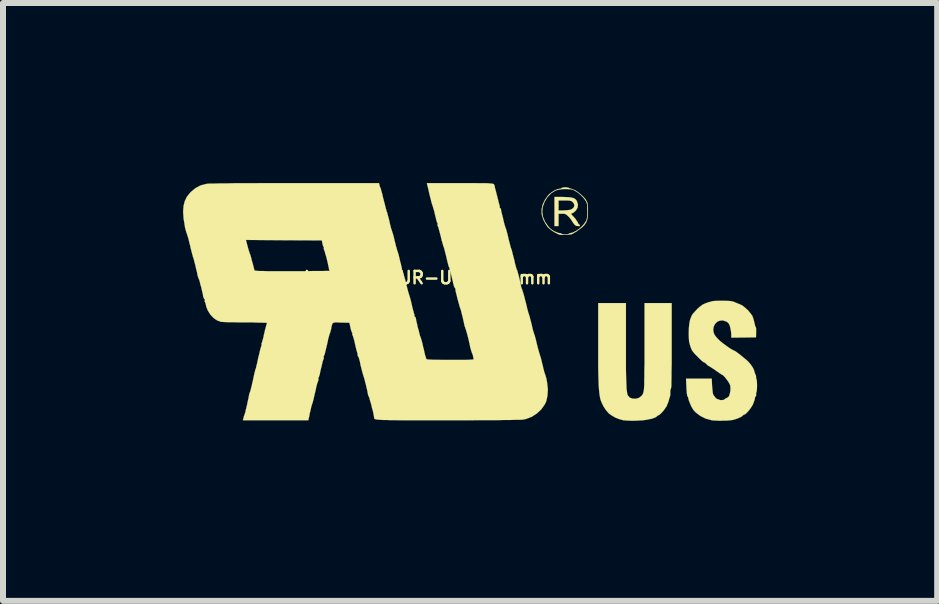
<source format=kicad_pcb>
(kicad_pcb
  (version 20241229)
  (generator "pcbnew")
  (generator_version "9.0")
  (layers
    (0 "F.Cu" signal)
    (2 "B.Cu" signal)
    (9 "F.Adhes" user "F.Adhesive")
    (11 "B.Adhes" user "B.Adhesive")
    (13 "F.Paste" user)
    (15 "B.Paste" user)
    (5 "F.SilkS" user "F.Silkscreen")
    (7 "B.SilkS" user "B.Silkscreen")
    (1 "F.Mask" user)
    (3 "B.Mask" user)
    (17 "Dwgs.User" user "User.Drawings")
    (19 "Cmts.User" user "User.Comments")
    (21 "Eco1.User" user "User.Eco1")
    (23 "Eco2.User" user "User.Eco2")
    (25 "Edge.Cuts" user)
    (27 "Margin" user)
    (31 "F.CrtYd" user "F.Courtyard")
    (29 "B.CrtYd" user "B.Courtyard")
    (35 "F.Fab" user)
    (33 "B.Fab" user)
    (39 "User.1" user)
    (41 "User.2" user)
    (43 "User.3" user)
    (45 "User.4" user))
  (footprint "Logo_silk_UR-US_10x4mm"
    (layer "F.Cu")
    (at 4.779 1.977)
    (property "Reference" "Logo_silk_UR-US_10x4mm" (at -0.7 -0.4 0) (layer "F.SilkS") (effects (font (size 0.206 0.206) (thickness 0.041))))
    (attr exclude_from_pos_files exclude_from_bom)
    (fp_poly (pts (xy 1.836 -1.27) (xy 1.829 -1.26) (xy 1.806 -1.26) (xy 1.778 -1.262) (xy 1.753 -1.275) (xy 1.748 -1.28) (xy 1.727 -1.306) (xy 1.709 -1.333) (xy 1.692 -1.361) (xy 1.664 -1.397) (xy 1.646 -1.417) (xy 1.615 -1.445) (xy 1.593 -1.46) (xy 1.567 -1.466) (xy 1.539 -1.466) (xy 1.478 -1.466) (xy 1.478 -1.364) (xy 1.478 -1.26) (xy 1.443 -1.26) (xy 1.41 -1.26) (xy 1.41 -1.501) (xy 1.41 -1.745) (xy 1.549 -1.745) (xy 1.626 -1.742) (xy 1.684 -1.737) (xy 1.727 -1.727) (xy 1.758 -1.709) (xy 1.778 -1.687) (xy 1.783 -1.676) (xy 1.801 -1.621) (xy 1.796 -1.57) (xy 1.768 -1.521) (xy 1.742 -1.496) (xy 1.742 -1.598) (xy 1.735 -1.631) (xy 1.717 -1.656) (xy 1.702 -1.671) (xy 1.684 -1.679) (xy 1.661 -1.684) (xy 1.626 -1.687) (xy 1.582 -1.687) (xy 1.478 -1.687) (xy 1.478 -1.603) (xy 1.478 -1.519) (xy 1.57 -1.521) (xy 1.618 -1.524) (xy 1.659 -1.529) (xy 1.687 -1.537) (xy 1.689 -1.537) (xy 1.727 -1.565) (xy 1.742 -1.598) (xy 1.742 -1.496) (xy 1.74 -1.494) (xy 1.712 -1.476) (xy 1.704 -1.473) (xy 1.692 -1.471) (xy 1.689 -1.463) (xy 1.697 -1.448) (xy 1.722 -1.422) (xy 1.727 -1.417) (xy 1.758 -1.382) (xy 1.783 -1.344) (xy 1.796 -1.326) (xy 1.808 -1.298) (xy 1.824 -1.283) (xy 1.826 -1.283) (xy 1.836 -1.273) (xy 1.836 -1.27)) (stroke (width 0.003) (type solid)) (fill yes) (layer "F.SilkS"))
    (fp_poly (pts (xy 3.363 0.732) (xy 3.363 0.897) (xy 3.363 1.039) (xy 3.36 1.158) (xy 3.36 1.257) (xy 3.358 1.333) (xy 3.358 1.392) (xy 3.355 1.43) (xy 3.35 1.448) (xy 3.35 1.45) (xy 3.343 1.466) (xy 3.34 1.494) (xy 3.34 1.506) (xy 3.34 1.539) (xy 3.338 1.567) (xy 3.338 1.572) (xy 3.33 1.59) (xy 3.32 1.626) (xy 3.31 1.664) (xy 3.277 1.745) (xy 3.223 1.821) (xy 3.18 1.867) (xy 3.157 1.885) (xy 3.139 1.895) (xy 3.124 1.902) (xy 3.114 1.913) (xy 3.099 1.925) (xy 3.066 1.938) (xy 3.023 1.953) (xy 3.015 1.953) (xy 2.957 1.966) (xy 2.883 1.976) (xy 2.799 1.981) (xy 2.713 1.984) (xy 2.634 1.981) (xy 2.568 1.976) (xy 2.56 1.976) (xy 2.494 1.958) (xy 2.428 1.933) (xy 2.365 1.897) (xy 2.316 1.862) (xy 2.273 1.814) (xy 2.23 1.75) (xy 2.197 1.684) (xy 2.177 1.631) (xy 2.169 1.595) (xy 2.162 1.554) (xy 2.156 1.506) (xy 2.151 1.448) (xy 2.146 1.379) (xy 2.144 1.298) (xy 2.141 1.204) (xy 2.139 1.092) (xy 2.139 0.963) (xy 2.139 0.813) (xy 2.139 0.665) (xy 2.139 0.023) (xy 2.37 0.023) (xy 2.601 0.023) (xy 2.601 0.701) (xy 2.601 0.864) (xy 2.601 1.006) (xy 2.601 1.128) (xy 2.603 1.232) (xy 2.606 1.318) (xy 2.609 1.387) (xy 2.611 1.445) (xy 2.616 1.488) (xy 2.621 1.524) (xy 2.626 1.547) (xy 2.634 1.565) (xy 2.637 1.567) (xy 2.667 1.6) (xy 2.713 1.615) (xy 2.761 1.618) (xy 2.812 1.605) (xy 2.852 1.577) (xy 2.855 1.575) (xy 2.875 1.552) (xy 2.888 1.524) (xy 2.898 1.483) (xy 2.901 1.46) (xy 2.903 1.435) (xy 2.906 1.387) (xy 2.906 1.321) (xy 2.908 1.24) (xy 2.908 1.146) (xy 2.911 1.039) (xy 2.911 0.922) (xy 2.911 0.8) (xy 2.911 0.701) (xy 2.911 0.023) (xy 3.137 0.023) (xy 3.363 0.023) (xy 3.363 0.732)) (stroke (width 0.003) (type solid)) (fill yes) (layer "F.SilkS"))
    (fp_poly (pts (xy 1.968 -1.511) (xy 1.966 -1.435) (xy 1.958 -1.372) (xy 1.958 -1.499) (xy 1.958 -1.506) (xy 1.956 -1.565) (xy 1.956 -1.605) (xy 1.951 -1.633) (xy 1.943 -1.656) (xy 1.93 -1.681) (xy 1.925 -1.687) (xy 1.892 -1.732) (xy 1.844 -1.781) (xy 1.791 -1.824) (xy 1.74 -1.854) (xy 1.732 -1.859) (xy 1.687 -1.872) (xy 1.626 -1.877) (xy 1.56 -1.877) (xy 1.494 -1.869) (xy 1.44 -1.857) (xy 1.427 -1.852) (xy 1.354 -1.806) (xy 1.293 -1.742) (xy 1.245 -1.664) (xy 1.214 -1.575) (xy 1.206 -1.496) (xy 1.219 -1.415) (xy 1.252 -1.333) (xy 1.303 -1.26) (xy 1.321 -1.237) (xy 1.356 -1.206) (xy 1.402 -1.176) (xy 1.448 -1.156) (xy 1.486 -1.143) (xy 1.494 -1.143) (xy 1.519 -1.138) (xy 1.532 -1.13) (xy 1.544 -1.125) (xy 1.575 -1.12) (xy 1.587 -1.12) (xy 1.621 -1.123) (xy 1.643 -1.128) (xy 1.646 -1.13) (xy 1.661 -1.14) (xy 1.679 -1.143) (xy 1.717 -1.153) (xy 1.763 -1.176) (xy 1.814 -1.209) (xy 1.862 -1.25) (xy 1.902 -1.295) (xy 1.925 -1.328) (xy 1.941 -1.354) (xy 1.948 -1.377) (xy 1.953 -1.405) (xy 1.956 -1.445) (xy 1.958 -1.499) (xy 1.958 -1.372) (xy 1.938 -1.321) (xy 1.908 -1.275) (xy 1.862 -1.232) (xy 1.798 -1.186) (xy 1.783 -1.173) (xy 1.74 -1.148) (xy 1.709 -1.13) (xy 1.679 -1.12) (xy 1.641 -1.118) (xy 1.615 -1.115) (xy 1.57 -1.113) (xy 1.529 -1.113) (xy 1.504 -1.115) (xy 1.501 -1.115) (xy 1.463 -1.13) (xy 1.412 -1.156) (xy 1.361 -1.189) (xy 1.318 -1.224) (xy 1.3 -1.24) (xy 1.26 -1.298) (xy 1.224 -1.367) (xy 1.201 -1.443) (xy 1.196 -1.468) (xy 1.196 -1.542) (xy 1.214 -1.621) (xy 1.25 -1.697) (xy 1.298 -1.765) (xy 1.318 -1.788) (xy 1.364 -1.824) (xy 1.412 -1.854) (xy 1.46 -1.875) (xy 1.499 -1.882) (xy 1.521 -1.887) (xy 1.532 -1.895) (xy 1.547 -1.902) (xy 1.577 -1.905) (xy 1.61 -1.905) (xy 1.641 -1.9) (xy 1.648 -1.895) (xy 1.674 -1.887) (xy 1.707 -1.875) (xy 1.714 -1.872) (xy 1.755 -1.857) (xy 1.801 -1.826) (xy 1.849 -1.788) (xy 1.895 -1.745) (xy 1.93 -1.704) (xy 1.943 -1.681) (xy 1.956 -1.656) (xy 1.963 -1.628) (xy 1.966 -1.59) (xy 1.968 -1.539) (xy 1.968 -1.511)) (stroke (width 0.003) (type solid)) (fill yes) (layer "F.SilkS"))
    (fp_poly (pts (xy 4.785 1.417) (xy 4.783 1.458) (xy 4.78 1.491) (xy 4.775 1.506) (xy 4.77 1.521) (xy 4.77 1.539) (xy 4.77 1.565) (xy 4.763 1.577) (xy 4.752 1.593) (xy 4.75 1.605) (xy 4.747 1.628) (xy 4.735 1.661) (xy 4.724 1.694) (xy 4.707 1.73) (xy 4.681 1.77) (xy 4.651 1.811) (xy 4.618 1.847) (xy 4.592 1.872) (xy 4.572 1.882) (xy 4.569 1.882) (xy 4.552 1.892) (xy 4.544 1.9) (xy 4.531 1.913) (xy 4.501 1.928) (xy 4.46 1.946) (xy 4.455 1.948) (xy 4.415 1.961) (xy 4.379 1.971) (xy 4.336 1.976) (xy 4.282 1.981) (xy 4.229 1.981) (xy 4.168 1.984) (xy 4.112 1.981) (xy 4.064 1.979) (xy 4.034 1.976) (xy 3.929 1.948) (xy 3.838 1.902) (xy 3.762 1.844) (xy 3.729 1.808) (xy 3.706 1.773) (xy 3.683 1.73) (xy 3.663 1.681) (xy 3.647 1.638) (xy 3.64 1.608) (xy 3.635 1.587) (xy 3.627 1.58) (xy 3.622 1.567) (xy 3.617 1.534) (xy 3.612 1.481) (xy 3.609 1.43) (xy 3.602 1.283) (xy 3.815 1.283) (xy 4.031 1.283) (xy 4.036 1.402) (xy 4.041 1.455) (xy 4.046 1.501) (xy 4.051 1.537) (xy 4.056 1.549) (xy 4.077 1.58) (xy 4.097 1.605) (xy 4.117 1.621) (xy 4.128 1.623) (xy 4.14 1.626) (xy 4.143 1.628) (xy 4.158 1.636) (xy 4.183 1.641) (xy 4.211 1.638) (xy 4.234 1.636) (xy 4.242 1.628) (xy 4.252 1.618) (xy 4.27 1.61) (xy 4.298 1.595) (xy 4.318 1.575) (xy 4.331 1.537) (xy 4.341 1.488) (xy 4.343 1.438) (xy 4.338 1.392) (xy 4.336 1.387) (xy 4.323 1.361) (xy 4.303 1.328) (xy 4.277 1.293) (xy 4.252 1.26) (xy 4.229 1.237) (xy 4.216 1.224) (xy 4.204 1.219) (xy 4.176 1.201) (xy 4.14 1.176) (xy 4.117 1.161) (xy 4.074 1.13) (xy 4.031 1.102) (xy 4 1.082) (xy 3.99 1.077) (xy 3.96 1.059) (xy 3.942 1.039) (xy 3.94 1.039) (xy 3.924 1.021) (xy 3.912 1.016) (xy 3.896 1.008) (xy 3.868 0.988) (xy 3.833 0.955) (xy 3.797 0.919) (xy 3.754 0.876) (xy 3.724 0.841) (xy 3.703 0.813) (xy 3.688 0.78) (xy 3.675 0.744) (xy 3.663 0.704) (xy 3.653 0.663) (xy 3.65 0.617) (xy 3.647 0.559) (xy 3.647 0.526) (xy 3.65 0.434) (xy 3.658 0.361) (xy 3.67 0.3) (xy 3.693 0.241) (xy 3.698 0.229) (xy 3.719 0.198) (xy 3.754 0.16) (xy 3.792 0.119) (xy 3.835 0.081) (xy 3.873 0.053) (xy 3.901 0.038) (xy 3.934 0.025) (xy 3.957 0.015) (xy 3.983 0.008) (xy 3.993 0.005) (xy 4.013 0) (xy 4.028 -0.005) (xy 4.049 -0.01) (xy 4.089 -0.013) (xy 4.14 -0.015) (xy 4.196 -0.015) (xy 4.255 -0.015) (xy 4.305 -0.013) (xy 4.348 -0.01) (xy 4.371 -0.005) (xy 4.374 -0.005) (xy 4.394 0) (xy 4.404 0.005) (xy 4.425 0.013) (xy 4.46 0.028) (xy 4.498 0.043) (xy 4.521 0.053) (xy 4.554 0.074) (xy 4.595 0.107) (xy 4.638 0.147) (xy 4.674 0.191) (xy 4.702 0.229) (xy 4.707 0.236) (xy 4.719 0.267) (xy 4.732 0.31) (xy 4.74 0.345) (xy 4.75 0.386) (xy 4.757 0.414) (xy 4.765 0.427) (xy 4.77 0.442) (xy 4.77 0.472) (xy 4.77 0.513) (xy 4.768 0.594) (xy 4.562 0.597) (xy 4.356 0.599) (xy 4.356 0.538) (xy 4.351 0.49) (xy 4.341 0.439) (xy 4.336 0.417) (xy 4.321 0.376) (xy 4.303 0.351) (xy 4.277 0.333) (xy 4.219 0.312) (xy 4.168 0.315) (xy 4.12 0.335) (xy 4.084 0.373) (xy 4.061 0.422) (xy 4.056 0.47) (xy 4.061 0.511) (xy 4.079 0.554) (xy 4.112 0.597) (xy 4.158 0.645) (xy 4.224 0.699) (xy 4.3 0.754) (xy 4.338 0.78) (xy 4.369 0.798) (xy 4.387 0.808) (xy 4.389 0.808) (xy 4.404 0.815) (xy 4.435 0.833) (xy 4.473 0.861) (xy 4.516 0.894) (xy 4.559 0.93) (xy 4.6 0.963) (xy 4.633 0.993) (xy 4.638 0.998) (xy 4.676 1.041) (xy 4.707 1.085) (xy 4.729 1.125) (xy 4.74 1.156) (xy 4.74 1.158) (xy 4.745 1.176) (xy 4.755 1.206) (xy 4.757 1.206) (xy 4.768 1.237) (xy 4.77 1.26) (xy 4.77 1.262) (xy 4.77 1.283) (xy 4.775 1.288) (xy 4.78 1.303) (xy 4.783 1.333) (xy 4.785 1.374) (xy 4.785 1.417)) (stroke (width 0.003) (type solid)) (fill yes) (layer "F.SilkS"))
    (fp_poly (pts (xy 1.3 1.466) (xy 1.293 1.567) (xy 1.273 1.661) (xy 1.247 1.714) (xy 1.189 1.796) (xy 1.115 1.864) (xy 1.031 1.918) (xy 0.94 1.953) (xy 0.894 1.963) (xy 0.871 1.966) (xy 0.826 1.968) (xy 0.759 1.968) (xy 0.676 1.971) (xy 0.572 1.971) (xy 0.45 1.974) (xy 0.312 1.974) (xy 0.157 1.974) (xy -0.008 1.976) (xy -0.188 1.976) (xy -0.366 1.976) (xy -0.561 1.976) (xy -0.734 1.976) (xy -0.886 1.976) (xy -1.021 1.976) (xy -1.135 1.976) (xy -1.234 1.974) (xy -1.318 1.974) (xy -1.389 1.971) (xy -1.445 1.971) (xy -1.491 1.968) (xy -1.524 1.966) (xy -1.552 1.963) (xy -1.57 1.958) (xy -1.582 1.956) (xy -1.59 1.951) (xy -1.593 1.946) (xy -1.595 1.938) (xy -1.595 1.93) (xy -1.598 1.91) (xy -1.605 1.872) (xy -1.615 1.824) (xy -1.631 1.768) (xy -1.643 1.712) (xy -1.659 1.661) (xy -1.671 1.618) (xy -1.679 1.59) (xy -1.681 1.587) (xy -1.694 1.56) (xy -1.699 1.539) (xy -1.699 1.537) (xy -1.702 1.519) (xy -1.709 1.483) (xy -1.72 1.435) (xy -1.732 1.384) (xy -1.745 1.336) (xy -1.755 1.293) (xy -1.765 1.262) (xy -1.768 1.252) (xy -1.775 1.229) (xy -1.788 1.186) (xy -1.803 1.128) (xy -1.821 1.057) (xy -1.836 0.98) (xy -1.839 0.978) (xy -1.847 0.942) (xy -1.857 0.919) (xy -1.862 0.912) (xy -1.869 0.902) (xy -1.869 0.892) (xy -1.872 0.864) (xy -1.875 0.853) (xy -1.88 0.836) (xy -1.89 0.803) (xy -1.902 0.754) (xy -1.913 0.704) (xy -1.925 0.65) (xy -1.938 0.605) (xy -1.948 0.572) (xy -1.956 0.556) (xy -1.961 0.538) (xy -1.958 0.533) (xy -1.958 0.518) (xy -1.961 0.518) (xy -1.968 0.505) (xy -1.979 0.475) (xy -1.989 0.437) (xy -1.989 0.432) (xy -2.007 0.351) (xy -2.146 0.348) (xy -2.205 0.345) (xy -2.245 0.345) (xy -2.271 0.351) (xy -2.289 0.363) (xy -2.296 0.384) (xy -2.306 0.419) (xy -2.311 0.455) (xy -2.322 0.493) (xy -2.329 0.521) (xy -2.332 0.526) (xy -2.332 -0.516) (xy -2.344 -0.531) (xy -2.347 -0.538) (xy -2.349 -0.559) (xy -2.357 -0.594) (xy -2.367 -0.643) (xy -2.38 -0.696) (xy -2.393 -0.749) (xy -2.408 -0.798) (xy -2.418 -0.836) (xy -2.426 -0.859) (xy -2.428 -0.861) (xy -2.436 -0.884) (xy -2.433 -0.894) (xy -2.433 -0.909) (xy -2.436 -0.912) (xy -2.443 -0.922) (xy -2.451 -0.947) (xy -2.456 -0.968) (xy -2.466 -1.021) (xy -3.099 -1.024) (xy -3.731 -1.029) (xy -3.701 -0.914) (xy -3.688 -0.866) (xy -3.675 -0.828) (xy -3.668 -0.803) (xy -3.665 -0.798) (xy -3.658 -0.782) (xy -3.65 -0.754) (xy -3.642 -0.726) (xy -3.63 -0.676) (xy -3.614 -0.622) (xy -3.609 -0.599) (xy -3.599 -0.561) (xy -3.592 -0.533) (xy -3.586 -0.521) (xy -3.581 -0.518) (xy -3.566 -0.516) (xy -3.538 -0.513) (xy -3.5 -0.511) (xy -3.444 -0.511) (xy -3.373 -0.508) (xy -3.284 -0.508) (xy -3.178 -0.508) (xy -3.048 -0.508) (xy -2.949 -0.508) (xy -2.832 -0.508) (xy -2.723 -0.508) (xy -2.621 -0.511) (xy -2.532 -0.511) (xy -2.456 -0.511) (xy -2.398 -0.513) (xy -2.355 -0.513) (xy -2.334 -0.516) (xy -2.332 -0.516) (xy -2.332 0.526) (xy -2.334 0.531) (xy -2.339 0.544) (xy -2.347 0.574) (xy -2.36 0.62) (xy -2.372 0.678) (xy -2.38 0.716) (xy -2.395 0.777) (xy -2.408 0.831) (xy -2.418 0.871) (xy -2.428 0.897) (xy -2.431 0.902) (xy -2.436 0.917) (xy -2.436 0.927) (xy -2.433 0.947) (xy -2.438 0.955) (xy -2.443 0.968) (xy -2.454 1.001) (xy -2.464 1.046) (xy -2.477 1.102) (xy -2.479 1.107) (xy -2.492 1.163) (xy -2.502 1.212) (xy -2.512 1.245) (xy -2.52 1.262) (xy -2.525 1.283) (xy -2.522 1.29) (xy -2.525 1.311) (xy -2.527 1.321) (xy -2.535 1.336) (xy -2.545 1.369) (xy -2.558 1.417) (xy -2.57 1.476) (xy -2.576 1.501) (xy -2.591 1.562) (xy -2.603 1.618) (xy -2.614 1.661) (xy -2.621 1.687) (xy -2.624 1.692) (xy -2.631 1.714) (xy -2.642 1.75) (xy -2.652 1.798) (xy -2.657 1.819) (xy -2.67 1.869) (xy -2.677 1.913) (xy -2.685 1.943) (xy -2.687 1.951) (xy -2.692 1.976) (xy -3.236 1.976) (xy -3.782 1.976) (xy -3.772 1.938) (xy -3.764 1.908) (xy -3.757 1.89) (xy -3.752 1.875) (xy -3.741 1.841) (xy -3.731 1.793) (xy -3.716 1.735) (xy -3.703 1.671) (xy -3.688 1.605) (xy -3.68 1.56) (xy -3.673 1.529) (xy -3.665 1.509) (xy -3.665 1.506) (xy -3.658 1.494) (xy -3.65 1.458) (xy -3.637 1.412) (xy -3.625 1.354) (xy -3.617 1.323) (xy -3.604 1.26) (xy -3.592 1.204) (xy -3.581 1.161) (xy -3.574 1.133) (xy -3.571 1.125) (xy -3.564 1.107) (xy -3.556 1.069) (xy -3.543 1.019) (xy -3.531 0.96) (xy -3.526 0.935) (xy -3.51 0.874) (xy -3.498 0.818) (xy -3.487 0.775) (xy -3.477 0.747) (xy -3.475 0.742) (xy -3.47 0.719) (xy -3.47 0.709) (xy -3.472 0.693) (xy -3.467 0.688) (xy -3.462 0.673) (xy -3.452 0.638) (xy -3.439 0.592) (xy -3.429 0.536) (xy -3.426 0.531) (xy -3.414 0.475) (xy -3.401 0.427) (xy -3.391 0.391) (xy -3.386 0.373) (xy -3.381 0.358) (xy -3.383 0.353) (xy -3.396 0.351) (xy -3.429 0.351) (xy -3.48 0.348) (xy -3.543 0.348) (xy -3.622 0.345) (xy -3.706 0.345) (xy -3.739 0.345) (xy -3.83 0.345) (xy -3.917 0.343) (xy -3.995 0.343) (xy -4.061 0.34) (xy -4.112 0.338) (xy -4.143 0.335) (xy -4.148 0.335) (xy -4.211 0.312) (xy -4.27 0.272) (xy -4.323 0.216) (xy -4.364 0.152) (xy -4.392 0.084) (xy -4.397 0.058) (xy -4.404 0.028) (xy -4.412 0.008) (xy -4.415 0.005) (xy -4.42 -0.008) (xy -4.417 -0.023) (xy -4.417 -0.041) (xy -4.425 -0.046) (xy -4.432 -0.056) (xy -4.442 -0.079) (xy -4.442 -0.081) (xy -4.45 -0.13) (xy -4.463 -0.183) (xy -4.475 -0.239) (xy -4.491 -0.29) (xy -4.501 -0.335) (xy -4.511 -0.368) (xy -4.519 -0.384) (xy -4.526 -0.404) (xy -4.536 -0.434) (xy -4.536 -0.437) (xy -4.547 -0.493) (xy -4.562 -0.551) (xy -4.575 -0.612) (xy -4.59 -0.665) (xy -4.6 -0.709) (xy -4.61 -0.737) (xy -4.613 -0.744) (xy -4.618 -0.765) (xy -4.628 -0.8) (xy -4.641 -0.851) (xy -4.656 -0.909) (xy -4.658 -0.925) (xy -4.674 -0.983) (xy -4.686 -1.039) (xy -4.699 -1.082) (xy -4.709 -1.11) (xy -4.709 -1.115) (xy -4.727 -1.166) (xy -4.745 -1.232) (xy -4.757 -1.308) (xy -4.77 -1.387) (xy -4.775 -1.458) (xy -4.778 -1.501) (xy -4.77 -1.598) (xy -4.75 -1.676) (xy -4.714 -1.75) (xy -4.658 -1.819) (xy -4.648 -1.829) (xy -4.572 -1.892) (xy -4.486 -1.938) (xy -4.389 -1.963) (xy -4.387 -1.963) (xy -4.364 -1.966) (xy -4.321 -1.968) (xy -4.252 -1.968) (xy -4.166 -1.971) (xy -4.056 -1.971) (xy -3.929 -1.974) (xy -3.782 -1.974) (xy -3.619 -1.974) (xy -3.439 -1.976) (xy -3.241 -1.976) (xy -3.028 -1.976) (xy -2.916 -1.976) (xy -1.514 -1.976) (xy -1.506 -1.943) (xy -1.499 -1.915) (xy -1.491 -1.9) (xy -1.483 -1.88) (xy -1.483 -1.877) (xy -1.478 -1.857) (xy -1.476 -1.849) (xy -1.471 -1.831) (xy -1.46 -1.796) (xy -1.45 -1.748) (xy -1.435 -1.692) (xy -1.433 -1.681) (xy -1.417 -1.623) (xy -1.405 -1.572) (xy -1.394 -1.532) (xy -1.387 -1.509) (xy -1.387 -1.506) (xy -1.379 -1.488) (xy -1.369 -1.45) (xy -1.356 -1.402) (xy -1.341 -1.344) (xy -1.339 -1.333) (xy -1.326 -1.275) (xy -1.313 -1.224) (xy -1.3 -1.186) (xy -1.293 -1.163) (xy -1.293 -1.161) (xy -1.285 -1.14) (xy -1.275 -1.105) (xy -1.262 -1.054) (xy -1.25 -0.998) (xy -1.247 -0.993) (xy -1.234 -0.937) (xy -1.219 -0.886) (xy -1.209 -0.848) (xy -1.201 -0.826) (xy -1.194 -0.805) (xy -1.184 -0.77) (xy -1.173 -0.721) (xy -1.161 -0.671) (xy -1.148 -0.622) (xy -1.138 -0.579) (xy -1.133 -0.551) (xy -1.133 -0.541) (xy -1.128 -0.523) (xy -1.115 -0.495) (xy -1.115 -0.493) (xy -1.105 -0.467) (xy -1.095 -0.424) (xy -1.079 -0.371) (xy -1.064 -0.312) (xy -1.062 -0.305) (xy -1.049 -0.249) (xy -1.036 -0.198) (xy -1.026 -0.16) (xy -1.021 -0.14) (xy -1.019 -0.137) (xy -1.011 -0.114) (xy -1.011 -0.109) (xy -1.003 -0.089) (xy -1.001 -0.079) (xy -0.996 -0.061) (xy -0.986 -0.028) (xy -0.975 0.018) (xy -0.965 0.064) (xy -0.953 0.114) (xy -0.94 0.16) (xy -0.932 0.193) (xy -0.927 0.206) (xy -0.922 0.231) (xy -0.922 0.239) (xy -0.917 0.251) (xy -0.912 0.254) (xy -0.902 0.262) (xy -0.902 0.272) (xy -0.897 0.29) (xy -0.892 0.325) (xy -0.879 0.373) (xy -0.869 0.427) (xy -0.853 0.478) (xy -0.841 0.528) (xy -0.831 0.566) (xy -0.823 0.589) (xy -0.82 0.594) (xy -0.815 0.61) (xy -0.805 0.643) (xy -0.792 0.688) (xy -0.78 0.747) (xy -0.772 0.775) (xy -0.759 0.833) (xy -0.747 0.886) (xy -0.734 0.927) (xy -0.726 0.95) (xy -0.724 0.955) (xy -0.716 0.96) (xy -0.696 0.963) (xy -0.66 0.965) (xy -0.612 0.968) (xy -0.546 0.968) (xy -0.462 0.97) (xy -0.356 0.97) (xy -0.32 0.97) (xy -0.216 0.97) (xy -0.13 0.97) (xy -0.064 0.97) (xy -0.015 0.968) (xy 0.018 0.965) (xy 0.043 0.965) (xy 0.056 0.96) (xy 0.064 0.958) (xy 0.064 0.953) (xy 0.064 0.95) (xy 0.056 0.925) (xy 0.051 0.894) (xy 0.041 0.866) (xy 0.033 0.848) (xy 0.028 0.833) (xy 0.018 0.8) (xy 0.005 0.754) (xy -0.005 0.699) (xy -0.01 0.681) (xy -0.023 0.622) (xy -0.036 0.572) (xy -0.046 0.533) (xy -0.053 0.511) (xy -0.053 0.508) (xy -0.061 0.485) (xy -0.061 0.478) (xy -0.069 0.46) (xy -0.076 0.434) (xy -0.086 0.409) (xy -0.091 0.391) (xy -0.094 0.373) (xy -0.102 0.338) (xy -0.112 0.292) (xy -0.124 0.241) (xy -0.137 0.191) (xy -0.147 0.147) (xy -0.157 0.119) (xy -0.16 0.109) (xy -0.168 0.089) (xy -0.178 0.051) (xy -0.191 0.003) (xy -0.206 -0.048) (xy -0.218 -0.102) (xy -0.231 -0.15) (xy -0.239 -0.188) (xy -0.241 -0.211) (xy -0.241 -0.213) (xy -0.246 -0.229) (xy -0.251 -0.229) (xy -0.257 -0.241) (xy -0.267 -0.267) (xy -0.274 -0.297) (xy -0.297 -0.391) (xy -0.315 -0.467) (xy -0.33 -0.523) (xy -0.34 -0.561) (xy -0.345 -0.572) (xy -0.353 -0.589) (xy -0.363 -0.627) (xy -0.376 -0.678) (xy -0.389 -0.734) (xy -0.391 -0.744) (xy -0.406 -0.803) (xy -0.419 -0.853) (xy -0.429 -0.894) (xy -0.437 -0.917) (xy -0.439 -0.917) (xy -0.445 -0.937) (xy -0.455 -0.975) (xy -0.47 -1.024) (xy -0.483 -1.082) (xy -0.485 -1.09) (xy -0.5 -1.148) (xy -0.513 -1.196) (xy -0.523 -1.234) (xy -0.531 -1.255) (xy -0.533 -1.255) (xy -0.541 -1.278) (xy -0.538 -1.285) (xy -0.538 -1.306) (xy -0.541 -1.313) (xy -0.549 -1.326) (xy -0.559 -1.359) (xy -0.569 -1.405) (xy -0.582 -1.455) (xy -0.594 -1.509) (xy -0.607 -1.554) (xy -0.617 -1.585) (xy -0.62 -1.6) (xy -0.63 -1.621) (xy -0.63 -1.623) (xy -0.635 -1.643) (xy -0.638 -1.651) (xy -0.643 -1.669) (xy -0.65 -1.702) (xy -0.663 -1.75) (xy -0.676 -1.803) (xy -0.688 -1.859) (xy -0.701 -1.913) (xy -0.711 -1.951) (xy -0.716 -1.976) (xy -0.165 -1.976) (xy -0.036 -1.976) (xy 0.069 -1.976) (xy 0.157 -1.974) (xy 0.229 -1.974) (xy 0.284 -1.974) (xy 0.328 -1.971) (xy 0.358 -1.968) (xy 0.378 -1.966) (xy 0.391 -1.963) (xy 0.399 -1.958) (xy 0.411 -1.938) (xy 0.414 -1.928) (xy 0.417 -1.902) (xy 0.419 -1.895) (xy 0.424 -1.877) (xy 0.434 -1.841) (xy 0.445 -1.796) (xy 0.457 -1.75) (xy 0.47 -1.699) (xy 0.48 -1.654) (xy 0.49 -1.623) (xy 0.493 -1.61) (xy 0.498 -1.59) (xy 0.498 -1.58) (xy 0.5 -1.562) (xy 0.505 -1.56) (xy 0.518 -1.549) (xy 0.518 -1.542) (xy 0.521 -1.521) (xy 0.528 -1.486) (xy 0.541 -1.438) (xy 0.554 -1.384) (xy 0.566 -1.331) (xy 0.579 -1.28) (xy 0.592 -1.242) (xy 0.599 -1.219) (xy 0.607 -1.199) (xy 0.617 -1.161) (xy 0.63 -1.113) (xy 0.643 -1.054) (xy 0.645 -1.044) (xy 0.66 -0.988) (xy 0.673 -0.937) (xy 0.683 -0.899) (xy 0.691 -0.879) (xy 0.691 -0.876) (xy 0.699 -0.859) (xy 0.706 -0.826) (xy 0.719 -0.775) (xy 0.734 -0.719) (xy 0.739 -0.699) (xy 0.752 -0.64) (xy 0.765 -0.589) (xy 0.775 -0.554) (xy 0.782 -0.533) (xy 0.785 -0.531) (xy 0.79 -0.518) (xy 0.798 -0.488) (xy 0.81 -0.447) (xy 0.823 -0.399) (xy 0.833 -0.351) (xy 0.843 -0.305) (xy 0.851 -0.272) (xy 0.853 -0.254) (xy 0.853 -0.251) (xy 0.859 -0.234) (xy 0.869 -0.206) (xy 0.871 -0.203) (xy 0.879 -0.178) (xy 0.892 -0.137) (xy 0.907 -0.084) (xy 0.922 -0.023) (xy 0.93 0.005) (xy 0.945 0.066) (xy 0.958 0.122) (xy 0.97 0.165) (xy 0.978 0.196) (xy 0.98 0.201) (xy 0.988 0.221) (xy 0.998 0.257) (xy 1.011 0.307) (xy 1.026 0.363) (xy 1.029 0.376) (xy 1.041 0.432) (xy 1.054 0.483) (xy 1.067 0.523) (xy 1.074 0.546) (xy 1.074 0.549) (xy 1.082 0.566) (xy 1.092 0.605) (xy 1.105 0.655) (xy 1.118 0.711) (xy 1.12 0.716) (xy 1.133 0.772) (xy 1.148 0.823) (xy 1.158 0.861) (xy 1.166 0.881) (xy 1.166 0.884) (xy 1.171 0.902) (xy 1.184 0.94) (xy 1.196 0.991) (xy 1.209 1.046) (xy 1.214 1.062) (xy 1.227 1.12) (xy 1.24 1.171) (xy 1.252 1.206) (xy 1.26 1.229) (xy 1.26 1.232) (xy 1.265 1.247) (xy 1.275 1.28) (xy 1.283 1.326) (xy 1.288 1.351) (xy 1.3 1.466)) (stroke (width 0.003) (type solid)) (fill yes) (layer "F.SilkS")))
  (gr_rect
    (start -3 -3)
    (end 12.566 6.962)
    (stroke (width 0.1) (type default))
    (fill no)
    (layer "Edge.Cuts")))
</source>
